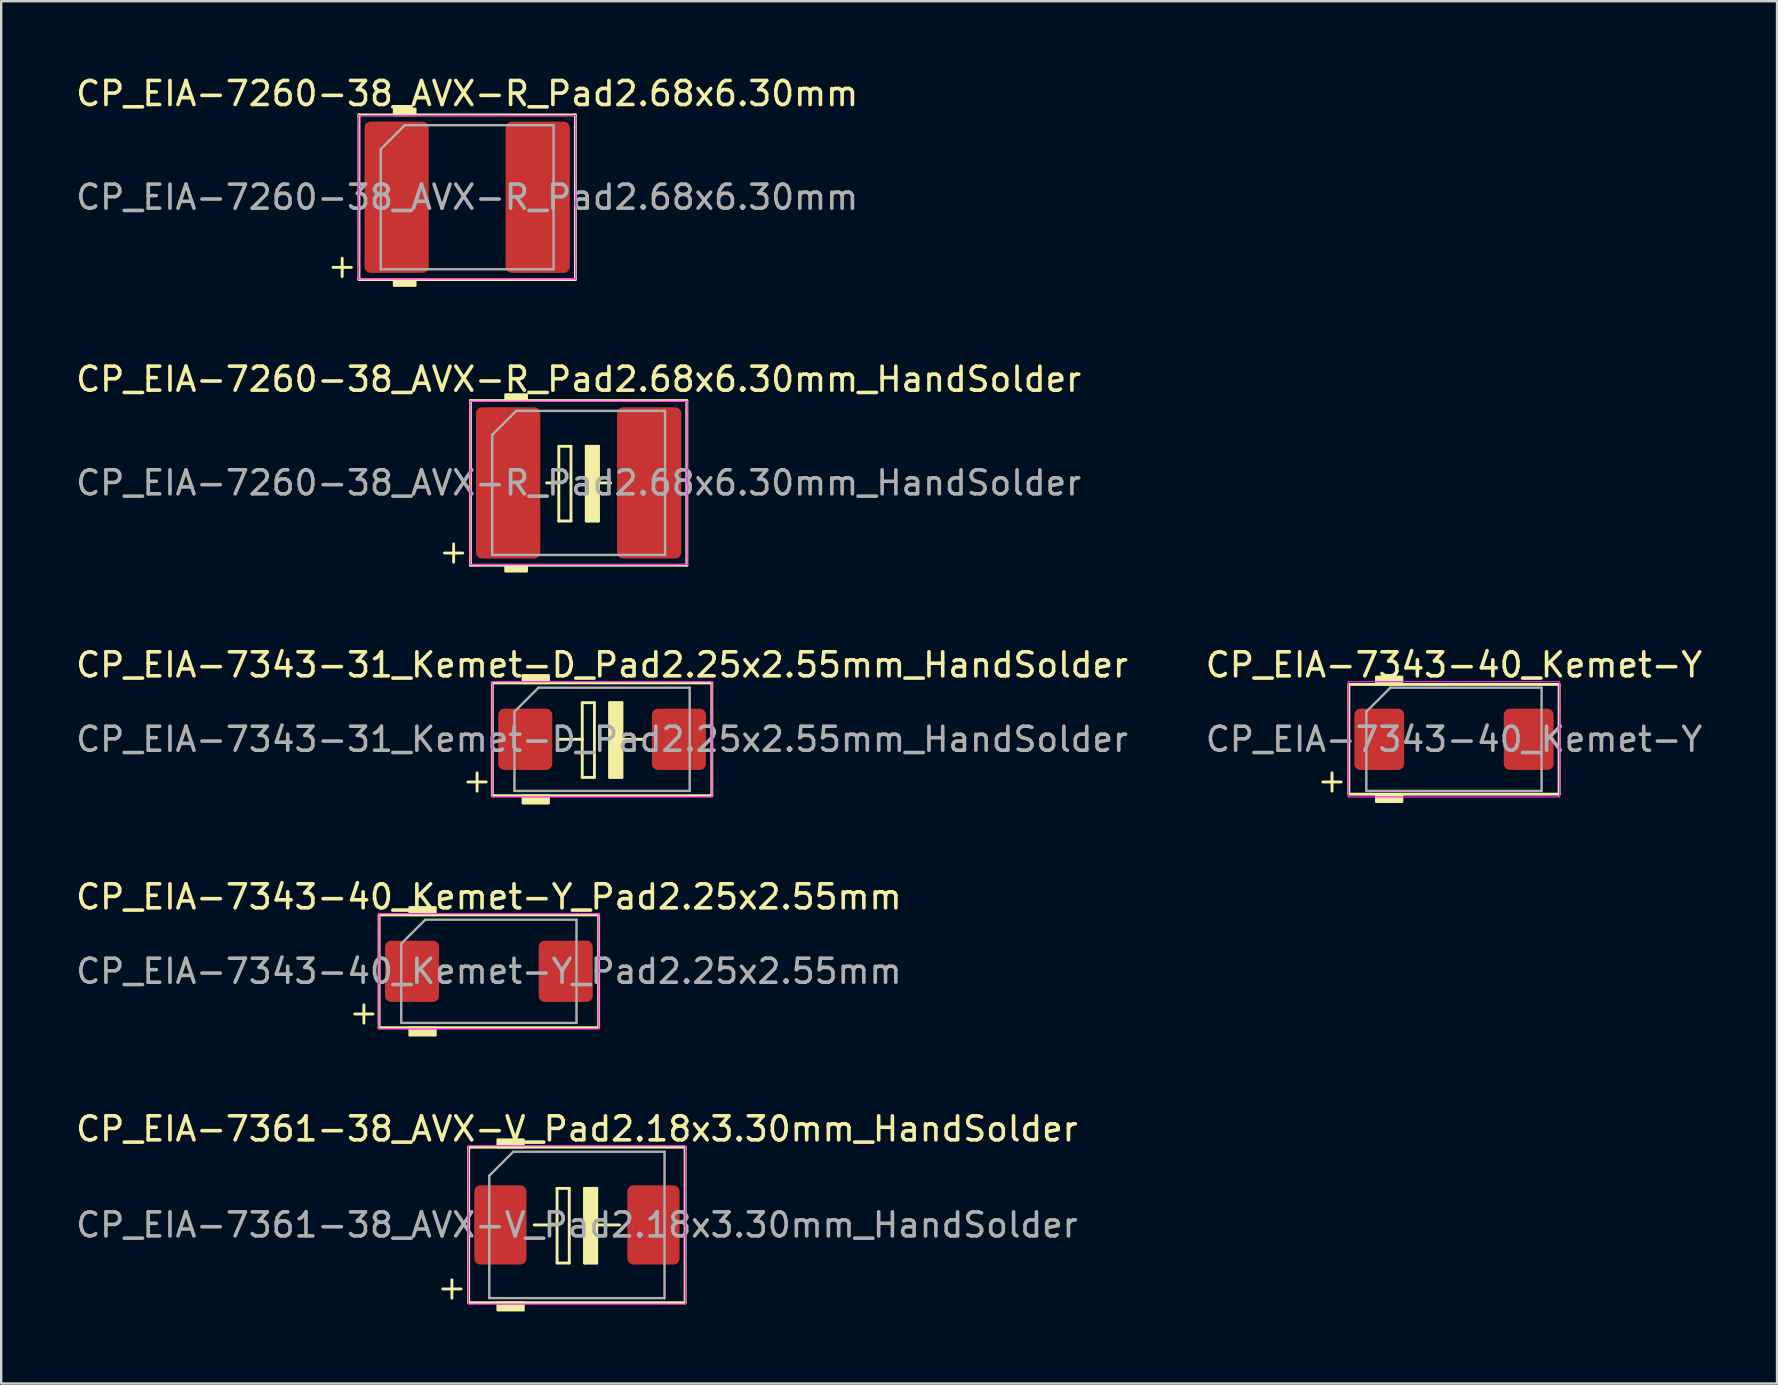
<source format=kicad_pcb>
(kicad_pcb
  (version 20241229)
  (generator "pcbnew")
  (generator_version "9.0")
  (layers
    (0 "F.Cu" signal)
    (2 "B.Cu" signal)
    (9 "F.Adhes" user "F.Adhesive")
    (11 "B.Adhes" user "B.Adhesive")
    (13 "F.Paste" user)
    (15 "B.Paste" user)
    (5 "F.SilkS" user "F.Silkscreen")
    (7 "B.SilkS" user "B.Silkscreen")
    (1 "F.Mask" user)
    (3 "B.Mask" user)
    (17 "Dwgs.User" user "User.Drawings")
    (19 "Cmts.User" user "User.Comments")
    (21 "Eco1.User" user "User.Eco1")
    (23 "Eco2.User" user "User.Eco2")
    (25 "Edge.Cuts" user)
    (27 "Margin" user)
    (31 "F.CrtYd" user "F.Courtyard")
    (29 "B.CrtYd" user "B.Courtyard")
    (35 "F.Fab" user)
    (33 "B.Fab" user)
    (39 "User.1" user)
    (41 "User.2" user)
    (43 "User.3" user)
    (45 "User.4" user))
  (footprint "CP_EIA-7343-40_Kemet-Y"
    (layer "F.Cu")
    (at 57.518 27.747)
    (property "Reference" "CP_EIA-7343-40_Kemet-Y" (at 0 -3.1 0) (layer "F.SilkS") (effects (font (size 1 1) (thickness 0.15))))
    (attr smd)
    (fp_line (start -5.461 1.778) (end -4.699 1.778) (stroke (width 0.12) (type solid)) (layer "F.SilkS"))
    (fp_line (start -5.08 1.397) (end -5.08 2.159) (stroke (width 0.12) (type solid)) (layer "F.SilkS"))
    (fp_line (start -4.381 -2.286) (end -4.381 2.286) (stroke (width 0.12) (type solid)) (layer "F.SilkS"))
    (fp_line (start -4.381 2.286) (end 4.381 2.286) (stroke (width 0.12) (type solid)) (layer "F.SilkS"))
    (fp_line (start 4.381 -2.286) (end -4.381 -2.286) (stroke (width 0.12) (type solid)) (layer "F.SilkS"))
    (fp_line (start 4.381 2.286) (end 4.381 -2.286) (stroke (width 0.12) (type solid)) (layer "F.SilkS"))
    (fp_poly (pts (xy -2.159 -2.286) (xy -3.239 -2.286) (xy -3.239 -2.603) (xy -2.159 -2.603)) (stroke (width 0.1) (type solid)) (fill yes) (layer "F.SilkS"))
    (fp_poly (pts (xy -2.159 2.603) (xy -3.239 2.603) (xy -3.239 2.286) (xy -2.159 2.286)) (stroke (width 0.1) (type solid)) (fill yes) (layer "F.SilkS"))
    (fp_line (start -4.4 -2.4) (end 4.4 -2.4) (stroke (width 0.05) (type solid)) (layer "F.CrtYd"))
    (fp_line (start -4.4 2.4) (end -4.4 -2.4) (stroke (width 0.05) (type solid)) (layer "F.CrtYd"))
    (fp_line (start 4.4 -2.4) (end 4.4 2.4) (stroke (width 0.05) (type solid)) (layer "F.CrtYd"))
    (fp_line (start 4.4 2.4) (end -4.4 2.4) (stroke (width 0.05) (type solid)) (layer "F.CrtYd"))
    (fp_line (start -3.65 -1.15) (end -3.65 2.15) (stroke (width 0.1) (type solid)) (layer "F.Fab"))
    (fp_line (start -3.65 2.15) (end 3.65 2.15) (stroke (width 0.1) (type solid)) (layer "F.Fab"))
    (fp_line (start -2.65 -2.15) (end -3.65 -1.15) (stroke (width 0.1) (type solid)) (layer "F.Fab"))
    (fp_line (start 3.65 -2.15) (end -2.65 -2.15) (stroke (width 0.1) (type solid)) (layer "F.Fab"))
    (fp_line (start 3.65 2.15) (end 3.65 -2.15) (stroke (width 0.1) (type solid)) (layer "F.Fab"))
    (fp_text user "${REFERENCE}" (at 0 0 0) (layer "F.Fab") (effects (font (size 1 1) (thickness 0.15))))
    (pad "1" smd roundrect (at -3.112 0) (size 2.075 2.55) (layers "F.Cu" "F.Mask" "F.Paste") (roundrect_rratio 0.12))
    (pad "2" smd roundrect (at 3.112 0) (size 2.075 2.55) (layers "F.Cu" "F.Mask" "F.Paste") (roundrect_rratio 0.12)))
  (footprint "CP_EIA-7361-38_AVX-V_Pad2.18x3.30mm_HandSolder"
    (layer "F.Cu")
    (at 20.982 47.977)
    (property "Reference" "CP_EIA-7361-38_AVX-V_Pad2.18x3.30mm_HandSolder" (at 0 -4 0) (layer "F.SilkS") (effects (font (size 1 1) (thickness 0.15))))
    (attr smd)
    (fp_line (start -5.588 2.667) (end -4.826 2.667) (stroke (width 0.12) (type solid)) (layer "F.SilkS"))
    (fp_line (start -5.207 2.286) (end -5.207 3.048) (stroke (width 0.12) (type solid)) (layer "F.SilkS"))
    (fp_line (start -4.508 -3.239) (end -4.508 3.239) (stroke (width 0.12) (type solid)) (layer "F.SilkS"))
    (fp_line (start -4.508 3.239) (end 4.508 3.239) (stroke (width 0.12) (type solid)) (layer "F.SilkS"))
    (fp_line (start -1.778 0) (end -0.826 0) (stroke (width 0.12) (type solid)) (layer "F.SilkS"))
    (fp_line (start -0.826 -1.524) (end -0.826 0) (stroke (width 0.12) (type solid)) (layer "F.SilkS"))
    (fp_line (start -0.826 1.587) (end -0.826 0) (stroke (width 0.12) (type solid)) (layer "F.SilkS"))
    (fp_line (start -0.826 1.587) (end -0.318 1.587) (stroke (width 0.12) (type solid)) (layer "F.SilkS"))
    (fp_line (start -0.318 -1.524) (end -0.826 -1.524) (stroke (width 0.12) (type solid)) (layer "F.SilkS"))
    (fp_line (start -0.318 -1.524) (end -0.318 0) (stroke (width 0.12) (type solid)) (layer "F.SilkS"))
    (fp_line (start -0.318 1.587) (end -0.318 0) (stroke (width 0.12) (type solid)) (layer "F.SilkS"))
    (fp_line (start 0.318 -1.524) (end 0.318 0) (stroke (width 0.12) (type solid)) (layer "F.SilkS"))
    (fp_line (start 0.318 1.587) (end 0.318 0) (stroke (width 0.12) (type solid)) (layer "F.SilkS"))
    (fp_line (start 0.318 1.587) (end 0.826 1.587) (stroke (width 0.12) (type solid)) (layer "F.SilkS"))
    (fp_line (start 0.826 -1.524) (end 0.318 -1.524) (stroke (width 0.12) (type solid)) (layer "F.SilkS"))
    (fp_line (start 0.826 -1.524) (end 0.826 0) (stroke (width 0.12) (type solid)) (layer "F.SilkS"))
    (fp_line (start 0.826 0) (end 1.778 0) (stroke (width 0.12) (type solid)) (layer "F.SilkS"))
    (fp_line (start 0.826 1.587) (end 0.826 0) (stroke (width 0.12) (type solid)) (layer "F.SilkS"))
    (fp_line (start 4.508 -3.239) (end -4.508 -3.239) (stroke (width 0.12) (type solid)) (layer "F.SilkS"))
    (fp_line (start 4.508 3.239) (end 4.508 -3.239) (stroke (width 0.12) (type solid)) (layer "F.SilkS"))
    (fp_poly (pts (xy -2.223 -3.239) (xy -3.302 -3.239) (xy -3.302 -3.556) (xy -2.223 -3.556)) (stroke (width 0.1) (type solid)) (fill yes) (layer "F.SilkS"))
    (fp_poly (pts (xy -2.223 3.556) (xy -3.302 3.556) (xy -3.302 3.239) (xy -2.223 3.239)) (stroke (width 0.1) (type solid)) (fill yes) (layer "F.SilkS"))
    (fp_poly (pts (xy 0.826 1.587) (xy 0.318 1.587) (xy 0.318 -1.524) (xy 0.826 -1.524)) (stroke (width 0.1) (type solid)) (fill yes) (layer "F.SilkS"))
    (fp_line (start -4.52 -3.3) (end 4.52 -3.3) (stroke (width 0.05) (type solid)) (layer "F.CrtYd"))
    (fp_line (start -4.52 3.3) (end -4.52 -3.3) (stroke (width 0.05) (type solid)) (layer "F.CrtYd"))
    (fp_line (start 4.52 -3.3) (end 4.52 3.3) (stroke (width 0.05) (type solid)) (layer "F.CrtYd"))
    (fp_line (start 4.52 3.3) (end -4.52 3.3) (stroke (width 0.05) (type solid)) (layer "F.CrtYd"))
    (fp_line (start -3.65 -2.05) (end -3.65 3.05) (stroke (width 0.1) (type solid)) (layer "F.Fab"))
    (fp_line (start -3.65 3.05) (end 3.65 3.05) (stroke (width 0.1) (type solid)) (layer "F.Fab"))
    (fp_line (start -2.65 -3.05) (end -3.65 -2.05) (stroke (width 0.1) (type solid)) (layer "F.Fab"))
    (fp_line (start 3.65 -3.05) (end -2.65 -3.05) (stroke (width 0.1) (type solid)) (layer "F.Fab"))
    (fp_line (start 3.65 3.05) (end 3.65 -3.05) (stroke (width 0.1) (type solid)) (layer "F.Fab"))
    (fp_text user "${REFERENCE}" (at 0 0 0) (layer "F.Fab") (effects (font (size 1 1) (thickness 0.15))))
    (pad "1" smd roundrect (at -3.188 0) (size 2.175 3.3) (layers "F.Cu" "F.Mask" "F.Paste") (roundrect_rratio 0.115))
    (pad "2" smd roundrect (at 3.188 0) (size 2.175 3.3) (layers "F.Cu" "F.Mask" "F.Paste") (roundrect_rratio 0.115)))
  (footprint "CP_EIA-7343-31_Kemet-D_Pad2.25x2.55mm_HandSolder"
    (layer "F.Cu")
    (at 22.03 27.747)
    (property "Reference" "CP_EIA-7343-31_Kemet-D_Pad2.25x2.55mm_HandSolder" (at 0 -3.1 0) (layer "F.SilkS") (effects (font (size 1 1) (thickness 0.15))))
    (attr smd)
    (fp_line (start -5.588 1.778) (end -4.826 1.778) (stroke (width 0.12) (type solid)) (layer "F.SilkS"))
    (fp_line (start -5.207 1.397) (end -5.207 2.159) (stroke (width 0.12) (type solid)) (layer "F.SilkS"))
    (fp_line (start -4.572 -2.349) (end -4.572 2.349) (stroke (width 0.12) (type solid)) (layer "F.SilkS"))
    (fp_line (start -4.572 2.349) (end 4.572 2.349) (stroke (width 0.12) (type solid)) (layer "F.SilkS"))
    (fp_line (start -1.778 0) (end -0.826 0) (stroke (width 0.12) (type solid)) (layer "F.SilkS"))
    (fp_line (start -0.826 -1.524) (end -0.826 0) (stroke (width 0.12) (type solid)) (layer "F.SilkS"))
    (fp_line (start -0.826 1.587) (end -0.826 0) (stroke (width 0.12) (type solid)) (layer "F.SilkS"))
    (fp_line (start -0.826 1.587) (end -0.318 1.587) (stroke (width 0.12) (type solid)) (layer "F.SilkS"))
    (fp_line (start -0.318 -1.524) (end -0.826 -1.524) (stroke (width 0.12) (type solid)) (layer "F.SilkS"))
    (fp_line (start -0.318 -1.524) (end -0.318 0) (stroke (width 0.12) (type solid)) (layer "F.SilkS"))
    (fp_line (start -0.318 1.587) (end -0.318 0) (stroke (width 0.12) (type solid)) (layer "F.SilkS"))
    (fp_line (start 0.318 -1.524) (end 0.318 0) (stroke (width 0.12) (type solid)) (layer "F.SilkS"))
    (fp_line (start 0.318 1.587) (end 0.318 0) (stroke (width 0.12) (type solid)) (layer "F.SilkS"))
    (fp_line (start 0.318 1.587) (end 0.826 1.587) (stroke (width 0.12) (type solid)) (layer "F.SilkS"))
    (fp_line (start 0.826 -1.524) (end 0.318 -1.524) (stroke (width 0.12) (type solid)) (layer "F.SilkS"))
    (fp_line (start 0.826 -1.524) (end 0.826 0) (stroke (width 0.12) (type solid)) (layer "F.SilkS"))
    (fp_line (start 0.826 0) (end 1.778 0) (stroke (width 0.12) (type solid)) (layer "F.SilkS"))
    (fp_line (start 0.826 1.587) (end 0.826 0) (stroke (width 0.12) (type solid)) (layer "F.SilkS"))
    (fp_line (start 4.572 -2.349) (end -4.572 -2.349) (stroke (width 0.12) (type solid)) (layer "F.SilkS"))
    (fp_line (start 4.572 2.349) (end 4.572 -2.349) (stroke (width 0.12) (type solid)) (layer "F.SilkS"))
    (fp_poly (pts (xy -2.223 -2.349) (xy -3.302 -2.349) (xy -3.302 -2.667) (xy -2.223 -2.667)) (stroke (width 0.1) (type solid)) (fill yes) (layer "F.SilkS"))
    (fp_poly (pts (xy -2.223 2.667) (xy -3.302 2.667) (xy -3.302 2.349) (xy -2.223 2.349)) (stroke (width 0.1) (type solid)) (fill yes) (layer "F.SilkS"))
    (fp_poly (pts (xy 0.826 1.587) (xy 0.318 1.587) (xy 0.318 -1.524) (xy 0.826 -1.524)) (stroke (width 0.1) (type solid)) (fill yes) (layer "F.SilkS"))
    (fp_line (start -4.58 -2.4) (end 4.58 -2.4) (stroke (width 0.05) (type solid)) (layer "F.CrtYd"))
    (fp_line (start -4.58 2.4) (end -4.58 -2.4) (stroke (width 0.05) (type solid)) (layer "F.CrtYd"))
    (fp_line (start 4.58 -2.4) (end 4.58 2.4) (stroke (width 0.05) (type solid)) (layer "F.CrtYd"))
    (fp_line (start 4.58 2.4) (end -4.58 2.4) (stroke (width 0.05) (type solid)) (layer "F.CrtYd"))
    (fp_line (start -3.65 -1.15) (end -3.65 2.15) (stroke (width 0.1) (type solid)) (layer "F.Fab"))
    (fp_line (start -3.65 2.15) (end 3.65 2.15) (stroke (width 0.1) (type solid)) (layer "F.Fab"))
    (fp_line (start -2.65 -2.15) (end -3.65 -1.15) (stroke (width 0.1) (type solid)) (layer "F.Fab"))
    (fp_line (start 3.65 -2.15) (end -2.65 -2.15) (stroke (width 0.1) (type solid)) (layer "F.Fab"))
    (fp_line (start 3.65 2.15) (end 3.65 -2.15) (stroke (width 0.1) (type solid)) (layer "F.Fab"))
    (fp_text user "${REFERENCE}" (at 0 0 0) (layer "F.Fab") (effects (font (size 1 1) (thickness 0.15))))
    (pad "1" smd roundrect (at -3.2 0) (size 2.25 2.55) (layers "F.Cu" "F.Mask" "F.Paste") (roundrect_rratio 0.111))
    (pad "2" smd roundrect (at 3.2 0) (size 2.25 2.55) (layers "F.Cu" "F.Mask" "F.Paste") (roundrect_rratio 0.111)))
  (footprint "CP_EIA-7260-38_AVX-R_Pad2.68x6.30mm"
    (layer "F.Cu")
    (at 16.411 5.166)
    (property "Reference" "CP_EIA-7260-38_AVX-R_Pad2.68x6.30mm" (at 0 -4.318 0) (layer "F.SilkS") (effects (font (size 1 1) (thickness 0.15))))
    (attr smd)
    (fp_line (start -5.588 2.921) (end -4.826 2.921) (stroke (width 0.12) (type solid)) (layer "F.SilkS"))
    (fp_line (start -5.207 2.54) (end -5.207 3.302) (stroke (width 0.12) (type solid)) (layer "F.SilkS"))
    (fp_line (start -4.508 -3.429) (end -4.508 -3.365) (stroke (width 0.12) (type solid)) (layer "F.SilkS"))
    (fp_line (start -4.508 -3.365) (end -4.508 3.365) (stroke (width 0.12) (type solid)) (layer "F.SilkS"))
    (fp_line (start -4.508 3.365) (end -4.508 3.429) (stroke (width 0.12) (type solid)) (layer "F.SilkS"))
    (fp_line (start -4.508 3.429) (end 4.508 3.429) (stroke (width 0.12) (type solid)) (layer "F.SilkS"))
    (fp_line (start 4.508 -3.429) (end -4.508 -3.429) (stroke (width 0.12) (type solid)) (layer "F.SilkS"))
    (fp_line (start 4.508 3.429) (end 4.508 -3.429) (stroke (width 0.12) (type solid)) (layer "F.SilkS"))
    (fp_poly (pts (xy -2.159 -3.429) (xy -3.048 -3.429) (xy -3.048 -3.683) (xy -2.159 -3.683)) (stroke (width 0.1) (type solid)) (fill yes) (layer "F.SilkS"))
    (fp_poly (pts (xy -2.159 3.683) (xy -3.048 3.683) (xy -3.048 3.429) (xy -2.159 3.429)) (stroke (width 0.1) (type solid)) (fill yes) (layer "F.SilkS"))
    (fp_line (start -4.52 -3.4) (end 4.52 -3.4) (stroke (width 0.05) (type solid)) (layer "F.CrtYd"))
    (fp_line (start -4.52 3.4) (end -4.52 -3.4) (stroke (width 0.05) (type solid)) (layer "F.CrtYd"))
    (fp_line (start 4.52 -3.4) (end 4.52 3.4) (stroke (width 0.05) (type solid)) (layer "F.CrtYd"))
    (fp_line (start 4.52 3.4) (end -4.52 3.4) (stroke (width 0.05) (type solid)) (layer "F.CrtYd"))
    (fp_line (start -3.6 -2) (end -3.6 3) (stroke (width 0.1) (type solid)) (layer "F.Fab"))
    (fp_line (start -3.6 3) (end 3.6 3) (stroke (width 0.1) (type solid)) (layer "F.Fab"))
    (fp_line (start -2.6 -3) (end -3.6 -2) (stroke (width 0.1) (type solid)) (layer "F.Fab"))
    (fp_line (start 3.6 -3) (end -2.6 -3) (stroke (width 0.1) (type solid)) (layer "F.Fab"))
    (fp_line (start 3.6 3) (end 3.6 -3) (stroke (width 0.1) (type solid)) (layer "F.Fab"))
    (fp_text user "${REFERENCE}" (at 0 0 0) (layer "F.Fab") (effects (font (size 1 1) (thickness 0.15))))
    (pad "1" smd roundrect (at -2.938 0) (size 2.675 6.3) (layers "F.Cu" "F.Mask" "F.Paste") (roundrect_rratio 0.093))
    (pad "2" smd roundrect (at 2.938 0) (size 2.675 6.3) (layers "F.Cu" "F.Mask" "F.Paste") (roundrect_rratio 0.093)))
  (footprint "CP_EIA-7260-38_AVX-R_Pad2.68x6.30mm_HandSolder"
    (layer "F.Cu")
    (at 21.054 17.066)
    (property "Reference" "CP_EIA-7260-38_AVX-R_Pad2.68x6.30mm_HandSolder" (at 0 -4.318 0) (layer "F.SilkS") (effects (font (size 1 1) (thickness 0.15))))
    (attr smd)
    (fp_line (start -5.588 2.921) (end -4.826 2.921) (stroke (width 0.12) (type solid)) (layer "F.SilkS"))
    (fp_line (start -5.207 2.54) (end -5.207 3.302) (stroke (width 0.12) (type solid)) (layer "F.SilkS"))
    (fp_line (start -4.508 -3.429) (end -4.508 -3.365) (stroke (width 0.12) (type solid)) (layer "F.SilkS"))
    (fp_line (start -4.508 -3.365) (end -4.508 3.365) (stroke (width 0.12) (type solid)) (layer "F.SilkS"))
    (fp_line (start -4.508 3.365) (end -4.508 3.429) (stroke (width 0.12) (type solid)) (layer "F.SilkS"))
    (fp_line (start -4.508 3.429) (end 4.508 3.429) (stroke (width 0.12) (type solid)) (layer "F.SilkS"))
    (fp_line (start -1.333 0) (end -0.826 0) (stroke (width 0.12) (type solid)) (layer "F.SilkS"))
    (fp_line (start -0.826 -1.524) (end -0.826 0) (stroke (width 0.12) (type solid)) (layer "F.SilkS"))
    (fp_line (start -0.826 1.587) (end -0.826 0) (stroke (width 0.12) (type solid)) (layer "F.SilkS"))
    (fp_line (start -0.826 1.587) (end -0.318 1.587) (stroke (width 0.12) (type solid)) (layer "F.SilkS"))
    (fp_line (start -0.318 -1.524) (end -0.826 -1.524) (stroke (width 0.12) (type solid)) (layer "F.SilkS"))
    (fp_line (start -0.318 -1.524) (end -0.318 0) (stroke (width 0.12) (type solid)) (layer "F.SilkS"))
    (fp_line (start -0.318 1.587) (end -0.318 0) (stroke (width 0.12) (type solid)) (layer "F.SilkS"))
    (fp_line (start 0.318 -1.524) (end 0.318 0) (stroke (width 0.12) (type solid)) (layer "F.SilkS"))
    (fp_line (start 0.318 1.587) (end 0.318 0) (stroke (width 0.12) (type solid)) (layer "F.SilkS"))
    (fp_line (start 0.318 1.587) (end 0.826 1.587) (stroke (width 0.12) (type solid)) (layer "F.SilkS"))
    (fp_line (start 0.826 -1.524) (end 0.318 -1.524) (stroke (width 0.12) (type solid)) (layer "F.SilkS"))
    (fp_line (start 0.826 -1.524) (end 0.826 0) (stroke (width 0.12) (type solid)) (layer "F.SilkS"))
    (fp_line (start 0.826 0) (end 1.333 0) (stroke (width 0.12) (type solid)) (layer "F.SilkS"))
    (fp_line (start 0.826 1.587) (end 0.826 0) (stroke (width 0.12) (type solid)) (layer "F.SilkS"))
    (fp_line (start 4.508 -3.429) (end -4.508 -3.429) (stroke (width 0.12) (type solid)) (layer "F.SilkS"))
    (fp_line (start 4.508 3.429) (end 4.508 -3.429) (stroke (width 0.12) (type solid)) (layer "F.SilkS"))
    (fp_poly (pts (xy -2.159 -3.429) (xy -3.048 -3.429) (xy -3.048 -3.683) (xy -2.159 -3.683)) (stroke (width 0.1) (type solid)) (fill yes) (layer "F.SilkS"))
    (fp_poly (pts (xy -2.159 3.683) (xy -3.048 3.683) (xy -3.048 3.429) (xy -2.159 3.429)) (stroke (width 0.1) (type solid)) (fill yes) (layer "F.SilkS"))
    (fp_poly (pts (xy 0.826 1.587) (xy 0.318 1.587) (xy 0.318 -1.524) (xy 0.826 -1.524)) (stroke (width 0.1) (type solid)) (fill yes) (layer "F.SilkS"))
    (fp_line (start -4.52 -3.4) (end 4.52 -3.4) (stroke (width 0.05) (type solid)) (layer "F.CrtYd"))
    (fp_line (start -4.52 3.4) (end -4.52 -3.4) (stroke (width 0.05) (type solid)) (layer "F.CrtYd"))
    (fp_line (start 4.52 -3.4) (end 4.52 3.4) (stroke (width 0.05) (type solid)) (layer "F.CrtYd"))
    (fp_line (start 4.52 3.4) (end -4.52 3.4) (stroke (width 0.05) (type solid)) (layer "F.CrtYd"))
    (fp_line (start -3.6 -2) (end -3.6 3) (stroke (width 0.1) (type solid)) (layer "F.Fab"))
    (fp_line (start -3.6 3) (end 3.6 3) (stroke (width 0.1) (type solid)) (layer "F.Fab"))
    (fp_line (start -2.6 -3) (end -3.6 -2) (stroke (width 0.1) (type solid)) (layer "F.Fab"))
    (fp_line (start 3.6 -3) (end -2.6 -3) (stroke (width 0.1) (type solid)) (layer "F.Fab"))
    (fp_line (start 3.6 3) (end 3.6 -3) (stroke (width 0.1) (type solid)) (layer "F.Fab"))
    (fp_text user "${REFERENCE}" (at 0 0 0) (layer "F.Fab") (effects (font (size 1 1) (thickness 0.15))))
    (pad "1" smd roundrect (at -2.938 0) (size 2.675 6.3) (layers "F.Cu" "F.Mask" "F.Paste") (roundrect_rratio 0.093))
    (pad "2" smd roundrect (at 2.938 0) (size 2.675 6.3) (layers "F.Cu" "F.Mask" "F.Paste") (roundrect_rratio 0.093)))
  (footprint "CP_EIA-7343-40_Kemet-Y_Pad2.25x2.55mm"
    (layer "F.Cu")
    (at 17.315 37.412)
    (property "Reference" "CP_EIA-7343-40_Kemet-Y_Pad2.25x2.55mm" (at 0 -3.1 0) (layer "F.SilkS") (effects (font (size 1 1) (thickness 0.15))))
    (attr smd)
    (fp_line (start -5.588 1.778) (end -4.826 1.778) (stroke (width 0.12) (type solid)) (layer "F.SilkS"))
    (fp_line (start -5.207 1.397) (end -5.207 2.159) (stroke (width 0.12) (type solid)) (layer "F.SilkS"))
    (fp_line (start -4.572 -2.349) (end -4.572 2.349) (stroke (width 0.12) (type solid)) (layer "F.SilkS"))
    (fp_line (start -4.572 2.349) (end 4.572 2.349) (stroke (width 0.12) (type solid)) (layer "F.SilkS"))
    (fp_line (start 4.572 -2.349) (end -4.572 -2.349) (stroke (width 0.12) (type solid)) (layer "F.SilkS"))
    (fp_line (start 4.572 2.349) (end 4.572 -2.349) (stroke (width 0.12) (type solid)) (layer "F.SilkS"))
    (fp_poly (pts (xy -2.223 -2.349) (xy -3.302 -2.349) (xy -3.302 -2.667) (xy -2.223 -2.667)) (stroke (width 0.1) (type solid)) (fill yes) (layer "F.SilkS"))
    (fp_poly (pts (xy -2.223 2.667) (xy -3.302 2.667) (xy -3.302 2.349) (xy -2.223 2.349)) (stroke (width 0.1) (type solid)) (fill yes) (layer "F.SilkS"))
    (fp_line (start -4.58 -2.4) (end 4.58 -2.4) (stroke (width 0.05) (type solid)) (layer "F.CrtYd"))
    (fp_line (start -4.58 2.4) (end -4.58 -2.4) (stroke (width 0.05) (type solid)) (layer "F.CrtYd"))
    (fp_line (start 4.58 -2.4) (end 4.58 2.4) (stroke (width 0.05) (type solid)) (layer "F.CrtYd"))
    (fp_line (start 4.58 2.4) (end -4.58 2.4) (stroke (width 0.05) (type solid)) (layer "F.CrtYd"))
    (fp_line (start -3.65 -1.15) (end -3.65 2.15) (stroke (width 0.1) (type solid)) (layer "F.Fab"))
    (fp_line (start -3.65 2.15) (end 3.65 2.15) (stroke (width 0.1) (type solid)) (layer "F.Fab"))
    (fp_line (start -2.65 -2.15) (end -3.65 -1.15) (stroke (width 0.1) (type solid)) (layer "F.Fab"))
    (fp_line (start 3.65 -2.15) (end -2.65 -2.15) (stroke (width 0.1) (type solid)) (layer "F.Fab"))
    (fp_line (start 3.65 2.15) (end 3.65 -2.15) (stroke (width 0.1) (type solid)) (layer "F.Fab"))
    (fp_text user "${REFERENCE}" (at 0 0 0) (layer "F.Fab") (effects (font (size 1 1) (thickness 0.15))))
    (pad "1" smd roundrect (at -3.2 0) (size 2.25 2.55) (layers "F.Cu" "F.Mask" "F.Paste") (roundrect_rratio 0.111))
    (pad "2" smd roundrect (at 3.2 0) (size 2.25 2.55) (layers "F.Cu" "F.Mask" "F.Paste") (roundrect_rratio 0.111)))
  (gr_rect
    (start -3 -3)
    (end 70.976 54.583)
    (stroke (width 0.1) (type default))
    (fill no)
    (layer "Edge.Cuts")))
</source>
